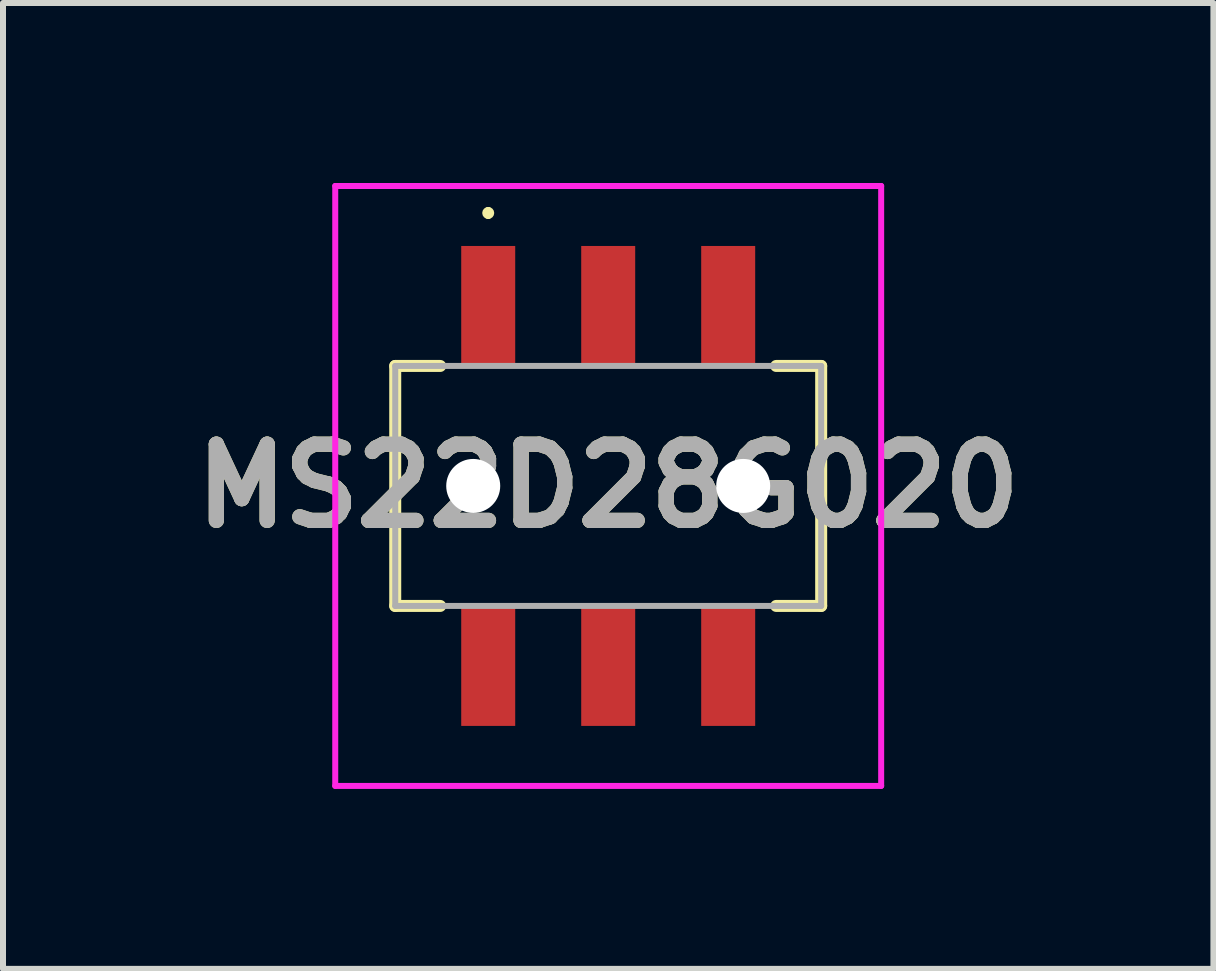
<source format=kicad_pcb>
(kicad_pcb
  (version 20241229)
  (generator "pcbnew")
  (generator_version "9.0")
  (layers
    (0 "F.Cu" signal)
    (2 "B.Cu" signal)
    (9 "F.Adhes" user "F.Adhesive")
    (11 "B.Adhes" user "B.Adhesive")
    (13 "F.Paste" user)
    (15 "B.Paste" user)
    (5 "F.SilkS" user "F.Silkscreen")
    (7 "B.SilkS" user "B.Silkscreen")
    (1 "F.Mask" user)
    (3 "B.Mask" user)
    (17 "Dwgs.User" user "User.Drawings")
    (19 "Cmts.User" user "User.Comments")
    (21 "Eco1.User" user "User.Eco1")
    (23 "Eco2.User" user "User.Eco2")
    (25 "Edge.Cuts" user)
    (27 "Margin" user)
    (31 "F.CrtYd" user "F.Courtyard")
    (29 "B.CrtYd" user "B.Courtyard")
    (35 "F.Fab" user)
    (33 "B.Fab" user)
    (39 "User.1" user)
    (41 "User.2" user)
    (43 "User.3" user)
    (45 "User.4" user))
  (footprint "MS22D28G020"
    (layer "F.Cu")
    (at 7.088 5.05)
    (property "Reference" "MS22D28G020" (at 0 0 0) (layer "F.SilkS") (effects (font (size 1.27 1.27) (thickness 0.254))))
    (attr through_hole)
    (fp_line (start -3.55 -2) (end -3.55 2) (stroke (width 0.2) (type solid)) (layer "F.SilkS"))
    (fp_line (start -3.55 2) (end -2.8 2) (stroke (width 0.2) (type solid)) (layer "F.SilkS"))
    (fp_line (start -2.8 -2) (end -3.55 -2) (stroke (width 0.2) (type solid)) (layer "F.SilkS"))
    (fp_line (start -2 -4.6) (end -2 -4.6) (stroke (width 0.1) (type solid)) (layer "F.SilkS"))
    (fp_line (start -2 -4.5) (end -2 -4.5) (stroke (width 0.1) (type solid)) (layer "F.SilkS"))
    (fp_line (start 2.8 2) (end 3.55 2) (stroke (width 0.2) (type solid)) (layer "F.SilkS"))
    (fp_line (start 3.55 -2) (end 2.8 -2) (stroke (width 0.2) (type solid)) (layer "F.SilkS"))
    (fp_line (start 3.55 2) (end 3.55 -2) (stroke (width 0.2) (type solid)) (layer "F.SilkS"))
    (fp_arc (start -2 -4.6) (mid -1.95 -4.55) (end -2 -4.5) (stroke (width 0.1) (type solid)) (layer "F.SilkS"))
    (fp_arc (start -2 -4.5) (mid -2.05 -4.55) (end -2 -4.6) (stroke (width 0.1) (type solid)) (layer "F.SilkS"))
    (fp_line (start -4.55 -5) (end 4.55 -5) (stroke (width 0.1) (type solid)) (layer "F.CrtYd"))
    (fp_line (start -4.55 5) (end -4.55 -5) (stroke (width 0.1) (type solid)) (layer "F.CrtYd"))
    (fp_line (start 4.55 -5) (end 4.55 5) (stroke (width 0.1) (type solid)) (layer "F.CrtYd"))
    (fp_line (start 4.55 5) (end -4.55 5) (stroke (width 0.1) (type solid)) (layer "F.CrtYd"))
    (fp_line (start -3.55 -2) (end -3.55 2) (stroke (width 0.1) (type solid)) (layer "F.Fab"))
    (fp_line (start -3.55 2) (end 3.55 2) (stroke (width 0.1) (type solid)) (layer "F.Fab"))
    (fp_line (start 3.55 -2) (end -3.55 -2) (stroke (width 0.1) (type solid)) (layer "F.Fab"))
    (fp_line (start 3.55 2) (end 3.55 -2) (stroke (width 0.1) (type solid)) (layer "F.Fab"))
    (fp_text user "${REFERENCE}" (at 0 0 0) (layer "F.Fab") (effects (font (size 1.27 1.27) (thickness 0.254))))
    (pad "" np_thru_hole circle (at -2.25 0) (size 0.9 0.9) (drill 0.9) (layers "*.Cu" "*.Mask"))
    (pad "" np_thru_hole circle (at 2.25 0) (size 0.9 0.9) (drill 0.9) (layers "*.Cu" "*.Mask"))
    (pad "1" smd rect (at -2 -3) (size 0.9 2) (layers "F.Cu" "F.Mask" "F.Paste"))
    (pad "2" smd rect (at 0 -3) (size 0.9 2) (layers "F.Cu" "F.Mask" "F.Paste"))
    (pad "3" smd rect (at 2 -3) (size 0.9 2) (layers "F.Cu" "F.Mask" "F.Paste"))
    (pad "4" smd rect (at -2 3) (size 0.9 2) (layers "F.Cu" "F.Mask" "F.Paste"))
    (pad "5" smd rect (at 0 3) (size 0.9 2) (layers "F.Cu" "F.Mask" "F.Paste"))
    (pad "6" smd rect (at 2 3) (size 0.9 2) (layers "F.Cu" "F.Mask" "F.Paste")))
  (gr_rect
    (start -3 -3)
    (end 17.176 13.1)
    (stroke (width 0.1) (type default))
    (fill no)
    (layer "Edge.Cuts")))
</source>
